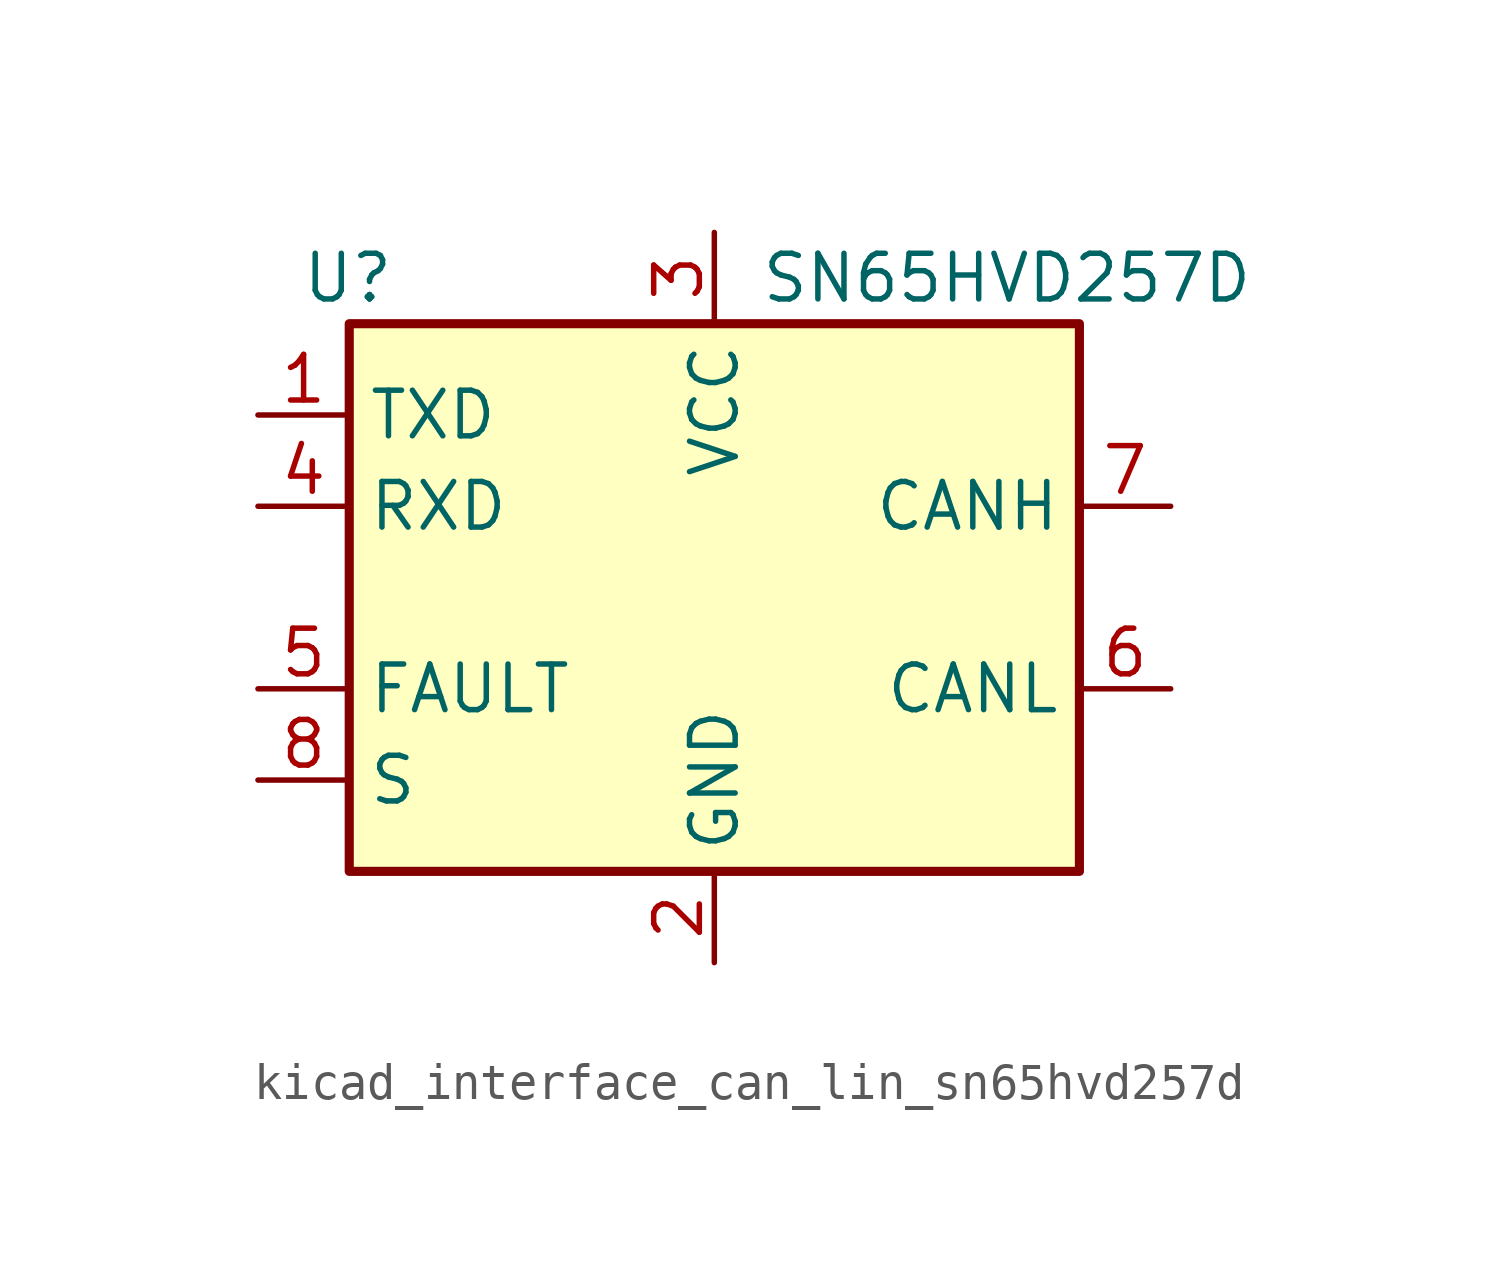
<source format=kicad_sym>
(kicad_symbol_lib
  (version 20220914)
  (generator kicad_symbol_editor)
  (symbol "kicad_interface_can_lin_sn65hvd257d"
    (property "Reference" "U"
      (at -8.89 8.89 0)
      (effects (font (size 1.27 1.27)) (justify right)))
    (property "Value" "SN65HVD257D"
      (at 1.27 8.89 0)
      (effects (font (size 1.27 1.27)) (justify left)))
    (symbol "kicad_interface_can_lin_sn65hvd257d_0_1"
      (rectangle (start -10.16 7.62) (end 10.16 -7.62) (stroke (width 0.254) (type default)) (fill (type background))))
    (symbol "kicad_interface_can_lin_sn65hvd257d_1_1"
      (pin input line (at -12.7 5.08 0) (length 2.54) (name "TXD" (effects (font (size 1.27 1.27)))) (number "1" (effects (font (size 1.27 1.27)))))
      (pin power_in line (at 0 -10.16 90) (length 2.54) (name "GND" (effects (font (size 1.27 1.27)))) (number "2" (effects (font (size 1.27 1.27)))))
      (pin power_in line (at 0 10.16 270) (length 2.54) (name "VCC" (effects (font (size 1.27 1.27)))) (number "3" (effects (font (size 1.27 1.27)))))
      (pin output line (at -12.7 2.54 0) (length 2.54) (name "RXD" (effects (font (size 1.27 1.27)))) (number "4" (effects (font (size 1.27 1.27)))))
      (pin open_collector line (at -12.7 -2.54 0) (length 2.54) (name "FAULT" (effects (font (size 1.27 1.27)))) (number "5" (effects (font (size 1.27 1.27)))))
      (pin bidirectional line (at 12.7 -2.54 180) (length 2.54) (name "CANL" (effects (font (size 1.27 1.27)))) (number "6" (effects (font (size 1.27 1.27)))))
      (pin bidirectional line (at 12.7 2.54 180) (length 2.54) (name "CANH" (effects (font (size 1.27 1.27)))) (number "7" (effects (font (size 1.27 1.27)))))
      (pin input line (at -12.7 -5.08 0) (length 2.54) (name "S" (effects (font (size 1.27 1.27)))) (number "8" (effects (font (size 1.27 1.27))))))))
</source>
